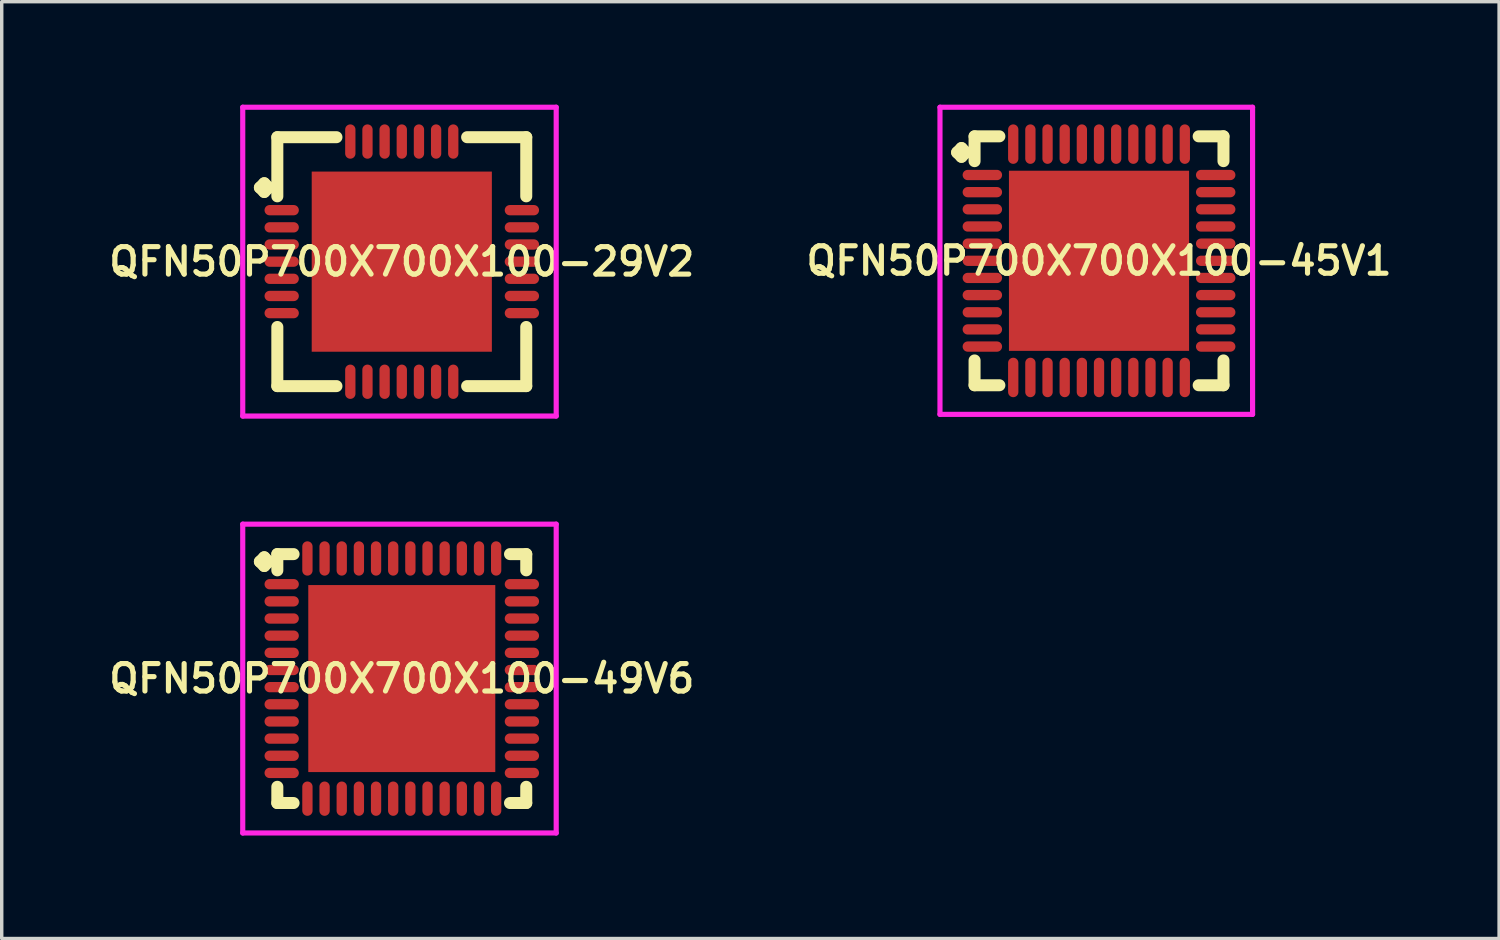
<source format=kicad_pcb>
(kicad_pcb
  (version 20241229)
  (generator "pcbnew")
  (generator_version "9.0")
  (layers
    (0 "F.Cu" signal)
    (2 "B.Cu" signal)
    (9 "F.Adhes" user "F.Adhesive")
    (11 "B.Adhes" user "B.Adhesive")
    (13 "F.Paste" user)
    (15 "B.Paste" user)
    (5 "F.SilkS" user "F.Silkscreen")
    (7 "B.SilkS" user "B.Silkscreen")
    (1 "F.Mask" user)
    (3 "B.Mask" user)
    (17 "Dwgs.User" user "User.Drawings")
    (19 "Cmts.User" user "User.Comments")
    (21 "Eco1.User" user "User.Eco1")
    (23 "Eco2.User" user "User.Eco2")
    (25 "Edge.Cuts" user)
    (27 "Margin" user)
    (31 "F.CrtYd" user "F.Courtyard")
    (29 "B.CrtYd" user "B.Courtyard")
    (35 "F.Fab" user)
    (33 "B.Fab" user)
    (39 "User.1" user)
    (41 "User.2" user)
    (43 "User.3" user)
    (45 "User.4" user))
  (footprint "QFN50P700X700X100-45V1"
    (layer "F.Cu")
    (at 28.978 4.55)
    (property "Reference" "QFN50P700X700X100-45V1" (at 0 0 0) (layer "F.SilkS") (effects (font (size 0.8 0.8) (thickness 0.15))))
    (attr through_hole)
    (fp_line (start -4.135 -3.158) (end -4.008 -3.285) (stroke (width 0.35) (type solid)) (layer "F.SilkS"))
    (fp_line (start -4.008 -3.285) (end -3.881 -3.158) (stroke (width 0.35) (type solid)) (layer "F.SilkS"))
    (fp_line (start -4.008 -3.031) (end -4.135 -3.158) (stroke (width 0.35) (type solid)) (layer "F.SilkS"))
    (fp_line (start -3.881 -3.158) (end -4.008 -3.031) (stroke (width 0.35) (type solid)) (layer "F.SilkS"))
    (fp_line (start -3.627 -3.627) (end -2.904 -3.627) (stroke (width 0.35) (type solid)) (layer "F.SilkS"))
    (fp_line (start -3.627 -2.904) (end -3.627 -3.627) (stroke (width 0.35) (type solid)) (layer "F.SilkS"))
    (fp_line (start -3.627 2.904) (end -3.627 3.627) (stroke (width 0.35) (type solid)) (layer "F.SilkS"))
    (fp_line (start -3.627 3.627) (end -2.904 3.627) (stroke (width 0.35) (type solid)) (layer "F.SilkS"))
    (fp_line (start 2.904 -3.627) (end 3.627 -3.627) (stroke (width 0.35) (type solid)) (layer "F.SilkS"))
    (fp_line (start 2.904 3.627) (end 3.627 3.627) (stroke (width 0.35) (type solid)) (layer "F.SilkS"))
    (fp_line (start 3.627 -3.627) (end 3.627 -2.904) (stroke (width 0.35) (type solid)) (layer "F.SilkS"))
    (fp_line (start 3.627 3.627) (end 3.627 2.904) (stroke (width 0.35) (type solid)) (layer "F.SilkS"))
    (fp_line (start -4.635 -4.475) (end 4.475 -4.475) (stroke (width 0.15) (type solid)) (layer "F.CrtYd"))
    (fp_line (start -4.635 4.475) (end -4.635 -4.475) (stroke (width 0.15) (type solid)) (layer "F.CrtYd"))
    (fp_line (start 4.475 -4.475) (end 4.475 4.475) (stroke (width 0.15) (type solid)) (layer "F.CrtYd"))
    (fp_line (start 4.475 4.475) (end -4.635 4.475) (stroke (width 0.15) (type solid)) (layer "F.CrtYd"))
    (pad "1" smd oval (at -3.4 -2.5) (size 1.15 0.3) (layers "F.Cu" "F.Mask" "F.Paste"))
    (pad "2" smd oval (at -3.4 -2) (size 1.15 0.3) (layers "F.Cu" "F.Mask" "F.Paste"))
    (pad "3" smd oval (at -3.4 -1.5) (size 1.15 0.3) (layers "F.Cu" "F.Mask" "F.Paste"))
    (pad "4" smd oval (at -3.4 -1) (size 1.15 0.3) (layers "F.Cu" "F.Mask" "F.Paste"))
    (pad "5" smd oval (at -3.4 -0.5) (size 1.15 0.3) (layers "F.Cu" "F.Mask" "F.Paste"))
    (pad "6" smd oval (at -3.4 0) (size 1.15 0.3) (layers "F.Cu" "F.Mask" "F.Paste"))
    (pad "7" smd oval (at -3.4 0.5) (size 1.15 0.3) (layers "F.Cu" "F.Mask" "F.Paste"))
    (pad "8" smd oval (at -3.4 1) (size 1.15 0.3) (layers "F.Cu" "F.Mask" "F.Paste"))
    (pad "9" smd oval (at -3.4 1.5) (size 1.15 0.3) (layers "F.Cu" "F.Mask" "F.Paste"))
    (pad "10" smd oval (at -3.4 2) (size 1.15 0.3) (layers "F.Cu" "F.Mask" "F.Paste"))
    (pad "11" smd oval (at -3.4 2.5) (size 1.15 0.3) (layers "F.Cu" "F.Mask" "F.Paste"))
    (pad "12" smd oval (at -2.5 3.4) (size 0.3 1.15) (layers "F.Cu" "F.Mask" "F.Paste"))
    (pad "13" smd oval (at -2 3.4) (size 0.3 1.15) (layers "F.Cu" "F.Mask" "F.Paste"))
    (pad "14" smd oval (at -1.5 3.4) (size 0.3 1.15) (layers "F.Cu" "F.Mask" "F.Paste"))
    (pad "15" smd oval (at -1 3.4) (size 0.3 1.15) (layers "F.Cu" "F.Mask" "F.Paste"))
    (pad "16" smd oval (at -0.5 3.4) (size 0.3 1.15) (layers "F.Cu" "F.Mask" "F.Paste"))
    (pad "17" smd oval (at 0 3.4) (size 0.3 1.15) (layers "F.Cu" "F.Mask" "F.Paste"))
    (pad "18" smd oval (at 0.5 3.4) (size 0.3 1.15) (layers "F.Cu" "F.Mask" "F.Paste"))
    (pad "19" smd oval (at 1 3.4) (size 0.3 1.15) (layers "F.Cu" "F.Mask" "F.Paste"))
    (pad "20" smd oval (at 1.5 3.4) (size 0.3 1.15) (layers "F.Cu" "F.Mask" "F.Paste"))
    (pad "21" smd oval (at 2 3.4) (size 0.3 1.15) (layers "F.Cu" "F.Mask" "F.Paste"))
    (pad "22" smd oval (at 2.5 3.4) (size 0.3 1.15) (layers "F.Cu" "F.Mask" "F.Paste"))
    (pad "23" smd oval (at 3.4 2.5) (size 1.15 0.3) (layers "F.Cu" "F.Mask" "F.Paste"))
    (pad "24" smd oval (at 3.4 2) (size 1.15 0.3) (layers "F.Cu" "F.Mask" "F.Paste"))
    (pad "25" smd oval (at 3.4 1.5) (size 1.15 0.3) (layers "F.Cu" "F.Mask" "F.Paste"))
    (pad "26" smd oval (at 3.4 1) (size 1.15 0.3) (layers "F.Cu" "F.Mask" "F.Paste"))
    (pad "27" smd oval (at 3.4 0.5) (size 1.15 0.3) (layers "F.Cu" "F.Mask" "F.Paste"))
    (pad "28" smd oval (at 3.4 0) (size 1.15 0.3) (layers "F.Cu" "F.Mask" "F.Paste"))
    (pad "29" smd oval (at 3.4 -0.5) (size 1.15 0.3) (layers "F.Cu" "F.Mask" "F.Paste"))
    (pad "30" smd oval (at 3.4 -1) (size 1.15 0.3) (layers "F.Cu" "F.Mask" "F.Paste"))
    (pad "31" smd oval (at 3.4 -1.5) (size 1.15 0.3) (layers "F.Cu" "F.Mask" "F.Paste"))
    (pad "32" smd oval (at 3.4 -2) (size 1.15 0.3) (layers "F.Cu" "F.Mask" "F.Paste"))
    (pad "33" smd oval (at 3.4 -2.5) (size 1.15 0.3) (layers "F.Cu" "F.Mask" "F.Paste"))
    (pad "34" smd oval (at 2.5 -3.4) (size 0.3 1.15) (layers "F.Cu" "F.Mask" "F.Paste"))
    (pad "35" smd oval (at 2 -3.4) (size 0.3 1.15) (layers "F.Cu" "F.Mask" "F.Paste"))
    (pad "36" smd oval (at 1.5 -3.4) (size 0.3 1.15) (layers "F.Cu" "F.Mask" "F.Paste"))
    (pad "37" smd oval (at 1 -3.4) (size 0.3 1.15) (layers "F.Cu" "F.Mask" "F.Paste"))
    (pad "38" smd oval (at 0.5 -3.4) (size 0.3 1.15) (layers "F.Cu" "F.Mask" "F.Paste"))
    (pad "39" smd oval (at 0 -3.4) (size 0.3 1.15) (layers "F.Cu" "F.Mask" "F.Paste"))
    (pad "40" smd oval (at -0.5 -3.4) (size 0.3 1.15) (layers "F.Cu" "F.Mask" "F.Paste"))
    (pad "41" smd oval (at -1 -3.4) (size 0.3 1.15) (layers "F.Cu" "F.Mask" "F.Paste"))
    (pad "42" smd oval (at -1.5 -3.4) (size 0.3 1.15) (layers "F.Cu" "F.Mask" "F.Paste"))
    (pad "43" smd oval (at -2 -3.4) (size 0.3 1.15) (layers "F.Cu" "F.Mask" "F.Paste"))
    (pad "44" smd oval (at -2.5 -3.4) (size 0.3 1.15) (layers "F.Cu" "F.Mask" "F.Paste"))
    (pad "45" smd rect (at 0 0) (size 5.25 5.25) (layers "F.Cu" "F.Mask" "F.Paste")))
  (footprint "QFN50P700X700X100-29V2"
    (layer "F.Cu")
    (at 8.659 4.575)
    (property "Reference" "QFN50P700X700X100-29V2" (at 0 0 0) (layer "F.SilkS") (effects (font (size 0.8 0.8) (thickness 0.15))))
    (attr smd)
    (fp_line (start -4.135 -2.158) (end -4.008 -2.285) (stroke (width 0.35) (type solid)) (layer "F.SilkS"))
    (fp_line (start -4.008 -2.285) (end -3.881 -2.158) (stroke (width 0.35) (type solid)) (layer "F.SilkS"))
    (fp_line (start -4.008 -2.031) (end -4.135 -2.158) (stroke (width 0.35) (type solid)) (layer "F.SilkS"))
    (fp_line (start -3.881 -2.158) (end -4.008 -2.031) (stroke (width 0.35) (type solid)) (layer "F.SilkS"))
    (fp_line (start -3.627 -3.627) (end -1.904 -3.627) (stroke (width 0.35) (type solid)) (layer "F.SilkS"))
    (fp_line (start -3.627 -1.904) (end -3.627 -3.627) (stroke (width 0.35) (type solid)) (layer "F.SilkS"))
    (fp_line (start -3.627 1.904) (end -3.627 3.627) (stroke (width 0.35) (type solid)) (layer "F.SilkS"))
    (fp_line (start -3.627 3.627) (end -1.904 3.627) (stroke (width 0.35) (type solid)) (layer "F.SilkS"))
    (fp_line (start 1.904 -3.627) (end 3.627 -3.627) (stroke (width 0.35) (type solid)) (layer "F.SilkS"))
    (fp_line (start 1.904 3.627) (end 3.627 3.627) (stroke (width 0.35) (type solid)) (layer "F.SilkS"))
    (fp_line (start 3.627 -3.627) (end 3.627 -1.904) (stroke (width 0.35) (type solid)) (layer "F.SilkS"))
    (fp_line (start 3.627 3.627) (end 3.627 1.904) (stroke (width 0.35) (type solid)) (layer "F.SilkS"))
    (fp_line (start -4.635 -4.5) (end 4.5 -4.5) (stroke (width 0.15) (type solid)) (layer "F.CrtYd"))
    (fp_line (start -4.635 4.5) (end -4.635 -4.5) (stroke (width 0.15) (type solid)) (layer "F.CrtYd"))
    (fp_line (start 4.5 -4.5) (end 4.5 4.5) (stroke (width 0.15) (type solid)) (layer "F.CrtYd"))
    (fp_line (start 4.5 4.5) (end -4.635 4.5) (stroke (width 0.15) (type solid)) (layer "F.CrtYd"))
    (pad "1" smd oval (at -3.5 -1.5) (size 1 0.3) (layers "F.Cu" "F.Mask" "F.Paste"))
    (pad "2" smd oval (at -3.5 -1) (size 1 0.3) (layers "F.Cu" "F.Mask" "F.Paste"))
    (pad "3" smd oval (at -3.5 -0.5) (size 1 0.3) (layers "F.Cu" "F.Mask" "F.Paste"))
    (pad "4" smd oval (at -3.5 0) (size 1 0.3) (layers "F.Cu" "F.Mask" "F.Paste"))
    (pad "5" smd oval (at -3.5 0.5) (size 1 0.3) (layers "F.Cu" "F.Mask" "F.Paste"))
    (pad "6" smd oval (at -3.5 1) (size 1 0.3) (layers "F.Cu" "F.Mask" "F.Paste"))
    (pad "7" smd oval (at -3.5 1.5) (size 1 0.3) (layers "F.Cu" "F.Mask" "F.Paste"))
    (pad "8" smd oval (at -1.5 3.5) (size 0.3 1) (layers "F.Cu" "F.Mask" "F.Paste"))
    (pad "9" smd oval (at -1 3.5) (size 0.3 1) (layers "F.Cu" "F.Mask" "F.Paste"))
    (pad "10" smd oval (at -0.5 3.5) (size 0.3 1) (layers "F.Cu" "F.Mask" "F.Paste"))
    (pad "11" smd oval (at 0 3.5) (size 0.3 1) (layers "F.Cu" "F.Mask" "F.Paste"))
    (pad "12" smd oval (at 0.5 3.5) (size 0.3 1) (layers "F.Cu" "F.Mask" "F.Paste"))
    (pad "13" smd oval (at 1 3.5) (size 0.3 1) (layers "F.Cu" "F.Mask" "F.Paste"))
    (pad "14" smd oval (at 1.5 3.5) (size 0.3 1) (layers "F.Cu" "F.Mask" "F.Paste"))
    (pad "15" smd oval (at 3.5 1.5) (size 1 0.3) (layers "F.Cu" "F.Mask" "F.Paste"))
    (pad "16" smd oval (at 3.5 1) (size 1 0.3) (layers "F.Cu" "F.Mask" "F.Paste"))
    (pad "17" smd oval (at 3.5 0.5) (size 1 0.3) (layers "F.Cu" "F.Mask" "F.Paste"))
    (pad "18" smd oval (at 3.5 0) (size 1 0.3) (layers "F.Cu" "F.Mask" "F.Paste"))
    (pad "19" smd oval (at 3.5 -0.5) (size 1 0.3) (layers "F.Cu" "F.Mask" "F.Paste"))
    (pad "20" smd oval (at 3.5 -1) (size 1 0.3) (layers "F.Cu" "F.Mask" "F.Paste"))
    (pad "21" smd oval (at 3.5 -1.5) (size 1 0.3) (layers "F.Cu" "F.Mask" "F.Paste"))
    (pad "22" smd oval (at 1.5 -3.5) (size 0.3 1) (layers "F.Cu" "F.Mask" "F.Paste"))
    (pad "23" smd oval (at 1 -3.5) (size 0.3 1) (layers "F.Cu" "F.Mask" "F.Paste"))
    (pad "24" smd oval (at 0.5 -3.5) (size 0.3 1) (layers "F.Cu" "F.Mask" "F.Paste"))
    (pad "25" smd oval (at 0 -3.5) (size 0.3 1) (layers "F.Cu" "F.Mask" "F.Paste"))
    (pad "26" smd oval (at -0.5 -3.5) (size 0.3 1) (layers "F.Cu" "F.Mask" "F.Paste"))
    (pad "27" smd oval (at -1 -3.5) (size 0.3 1) (layers "F.Cu" "F.Mask" "F.Paste"))
    (pad "28" smd oval (at -1.5 -3.5) (size 0.3 1) (layers "F.Cu" "F.Mask" "F.Paste"))
    (pad "29" smd rect (at 0 0) (size 5.25 5.25) (layers "F.Cu" "F.Mask" "F.Paste")))
  (footprint "QFN50P700X700X100-49V6"
    (layer "F.Cu")
    (at 8.659 16.725)
    (property "Reference" "QFN50P700X700X100-49V6" (at 0 0 0) (layer "F.SilkS") (effects (font (size 0.8 0.8) (thickness 0.15))))
    (attr smd)
    (fp_line (start -4.135 -3.408) (end -4.008 -3.535) (stroke (width 0.35) (type solid)) (layer "F.SilkS"))
    (fp_line (start -4.008 -3.535) (end -3.881 -3.408) (stroke (width 0.35) (type solid)) (layer "F.SilkS"))
    (fp_line (start -4.008 -3.281) (end -4.135 -3.408) (stroke (width 0.35) (type solid)) (layer "F.SilkS"))
    (fp_line (start -3.881 -3.408) (end -4.008 -3.281) (stroke (width 0.35) (type solid)) (layer "F.SilkS"))
    (fp_line (start -3.627 -3.627) (end -3.154 -3.627) (stroke (width 0.35) (type solid)) (layer "F.SilkS"))
    (fp_line (start -3.627 -3.154) (end -3.627 -3.627) (stroke (width 0.35) (type solid)) (layer "F.SilkS"))
    (fp_line (start -3.627 3.154) (end -3.627 3.627) (stroke (width 0.35) (type solid)) (layer "F.SilkS"))
    (fp_line (start -3.627 3.627) (end -3.154 3.627) (stroke (width 0.35) (type solid)) (layer "F.SilkS"))
    (fp_line (start 3.154 -3.627) (end 3.627 -3.627) (stroke (width 0.35) (type solid)) (layer "F.SilkS"))
    (fp_line (start 3.154 3.627) (end 3.627 3.627) (stroke (width 0.35) (type solid)) (layer "F.SilkS"))
    (fp_line (start 3.627 -3.627) (end 3.627 -3.154) (stroke (width 0.35) (type solid)) (layer "F.SilkS"))
    (fp_line (start 3.627 3.627) (end 3.627 3.154) (stroke (width 0.35) (type solid)) (layer "F.SilkS"))
    (fp_line (start -4.635 -4.5) (end 4.5 -4.5) (stroke (width 0.15) (type solid)) (layer "F.CrtYd"))
    (fp_line (start -4.635 4.5) (end -4.635 -4.5) (stroke (width 0.15) (type solid)) (layer "F.CrtYd"))
    (fp_line (start 4.5 -4.5) (end 4.5 4.5) (stroke (width 0.15) (type solid)) (layer "F.CrtYd"))
    (fp_line (start 4.5 4.5) (end -4.635 4.5) (stroke (width 0.15) (type solid)) (layer "F.CrtYd"))
    (pad "1" smd oval (at -3.5 -2.75) (size 1 0.3) (layers "F.Cu" "F.Mask" "F.Paste"))
    (pad "2" smd oval (at -3.5 -2.25) (size 1 0.3) (layers "F.Cu" "F.Mask" "F.Paste"))
    (pad "3" smd oval (at -3.5 -1.75) (size 1 0.3) (layers "F.Cu" "F.Mask" "F.Paste"))
    (pad "4" smd oval (at -3.5 -1.25) (size 1 0.3) (layers "F.Cu" "F.Mask" "F.Paste"))
    (pad "5" smd oval (at -3.5 -0.75) (size 1 0.3) (layers "F.Cu" "F.Mask" "F.Paste"))
    (pad "6" smd oval (at -3.5 -0.25) (size 1 0.3) (layers "F.Cu" "F.Mask" "F.Paste"))
    (pad "7" smd oval (at -3.5 0.25) (size 1 0.3) (layers "F.Cu" "F.Mask" "F.Paste"))
    (pad "8" smd oval (at -3.5 0.75) (size 1 0.3) (layers "F.Cu" "F.Mask" "F.Paste"))
    (pad "9" smd oval (at -3.5 1.25) (size 1 0.3) (layers "F.Cu" "F.Mask" "F.Paste"))
    (pad "10" smd oval (at -3.5 1.75) (size 1 0.3) (layers "F.Cu" "F.Mask" "F.Paste"))
    (pad "11" smd oval (at -3.5 2.25) (size 1 0.3) (layers "F.Cu" "F.Mask" "F.Paste"))
    (pad "12" smd oval (at -3.5 2.75) (size 1 0.3) (layers "F.Cu" "F.Mask" "F.Paste"))
    (pad "13" smd oval (at -2.75 3.5) (size 0.3 1) (layers "F.Cu" "F.Mask" "F.Paste"))
    (pad "14" smd oval (at -2.25 3.5) (size 0.3 1) (layers "F.Cu" "F.Mask" "F.Paste"))
    (pad "15" smd oval (at -1.75 3.5) (size 0.3 1) (layers "F.Cu" "F.Mask" "F.Paste"))
    (pad "16" smd oval (at -1.25 3.5) (size 0.3 1) (layers "F.Cu" "F.Mask" "F.Paste"))
    (pad "17" smd oval (at -0.75 3.5) (size 0.3 1) (layers "F.Cu" "F.Mask" "F.Paste"))
    (pad "18" smd oval (at -0.25 3.5) (size 0.3 1) (layers "F.Cu" "F.Mask" "F.Paste"))
    (pad "19" smd oval (at 0.25 3.5) (size 0.3 1) (layers "F.Cu" "F.Mask" "F.Paste"))
    (pad "20" smd oval (at 0.75 3.5) (size 0.3 1) (layers "F.Cu" "F.Mask" "F.Paste"))
    (pad "21" smd oval (at 1.25 3.5) (size 0.3 1) (layers "F.Cu" "F.Mask" "F.Paste"))
    (pad "22" smd oval (at 1.75 3.5) (size 0.3 1) (layers "F.Cu" "F.Mask" "F.Paste"))
    (pad "23" smd oval (at 2.25 3.5) (size 0.3 1) (layers "F.Cu" "F.Mask" "F.Paste"))
    (pad "24" smd oval (at 2.75 3.5) (size 0.3 1) (layers "F.Cu" "F.Mask" "F.Paste"))
    (pad "25" smd oval (at 3.5 2.75) (size 1 0.3) (layers "F.Cu" "F.Mask" "F.Paste"))
    (pad "26" smd oval (at 3.5 2.25) (size 1 0.3) (layers "F.Cu" "F.Mask" "F.Paste"))
    (pad "27" smd oval (at 3.5 1.75) (size 1 0.3) (layers "F.Cu" "F.Mask" "F.Paste"))
    (pad "28" smd oval (at 3.5 1.25) (size 1 0.3) (layers "F.Cu" "F.Mask" "F.Paste"))
    (pad "29" smd oval (at 3.5 0.75) (size 1 0.3) (layers "F.Cu" "F.Mask" "F.Paste"))
    (pad "30" smd oval (at 3.5 0.25) (size 1 0.3) (layers "F.Cu" "F.Mask" "F.Paste"))
    (pad "31" smd oval (at 3.5 -0.25) (size 1 0.3) (layers "F.Cu" "F.Mask" "F.Paste"))
    (pad "32" smd oval (at 3.5 -0.75) (size 1 0.3) (layers "F.Cu" "F.Mask" "F.Paste"))
    (pad "33" smd oval (at 3.5 -1.25) (size 1 0.3) (layers "F.Cu" "F.Mask" "F.Paste"))
    (pad "34" smd oval (at 3.5 -1.75) (size 1 0.3) (layers "F.Cu" "F.Mask" "F.Paste"))
    (pad "35" smd oval (at 3.5 -2.25) (size 1 0.3) (layers "F.Cu" "F.Mask" "F.Paste"))
    (pad "36" smd oval (at 3.5 -2.75) (size 1 0.3) (layers "F.Cu" "F.Mask" "F.Paste"))
    (pad "37" smd oval (at 2.75 -3.5) (size 0.3 1) (layers "F.Cu" "F.Mask" "F.Paste"))
    (pad "38" smd oval (at 2.25 -3.5) (size 0.3 1) (layers "F.Cu" "F.Mask" "F.Paste"))
    (pad "39" smd oval (at 1.75 -3.5) (size 0.3 1) (layers "F.Cu" "F.Mask" "F.Paste"))
    (pad "40" smd oval (at 1.25 -3.5) (size 0.3 1) (layers "F.Cu" "F.Mask" "F.Paste"))
    (pad "41" smd oval (at 0.75 -3.5) (size 0.3 1) (layers "F.Cu" "F.Mask" "F.Paste"))
    (pad "42" smd oval (at 0.25 -3.5) (size 0.3 1) (layers "F.Cu" "F.Mask" "F.Paste"))
    (pad "43" smd oval (at -0.25 -3.5) (size 0.3 1) (layers "F.Cu" "F.Mask" "F.Paste"))
    (pad "44" smd oval (at -0.75 -3.5) (size 0.3 1) (layers "F.Cu" "F.Mask" "F.Paste"))
    (pad "45" smd oval (at -1.25 -3.5) (size 0.3 1) (layers "F.Cu" "F.Mask" "F.Paste"))
    (pad "46" smd oval (at -1.75 -3.5) (size 0.3 1) (layers "F.Cu" "F.Mask" "F.Paste"))
    (pad "47" smd oval (at -2.25 -3.5) (size 0.3 1) (layers "F.Cu" "F.Mask" "F.Paste"))
    (pad "48" smd oval (at -2.75 -3.5) (size 0.3 1) (layers "F.Cu" "F.Mask" "F.Paste"))
    (pad "49" smd rect (at 0 0) (size 5.45 5.45) (layers "F.Cu" "F.Mask" "F.Paste")))
  (gr_rect
    (start -3 -3)
    (end 40.637 24.3)
    (stroke (width 0.1) (type default))
    (fill no)
    (layer "Edge.Cuts")))
</source>
